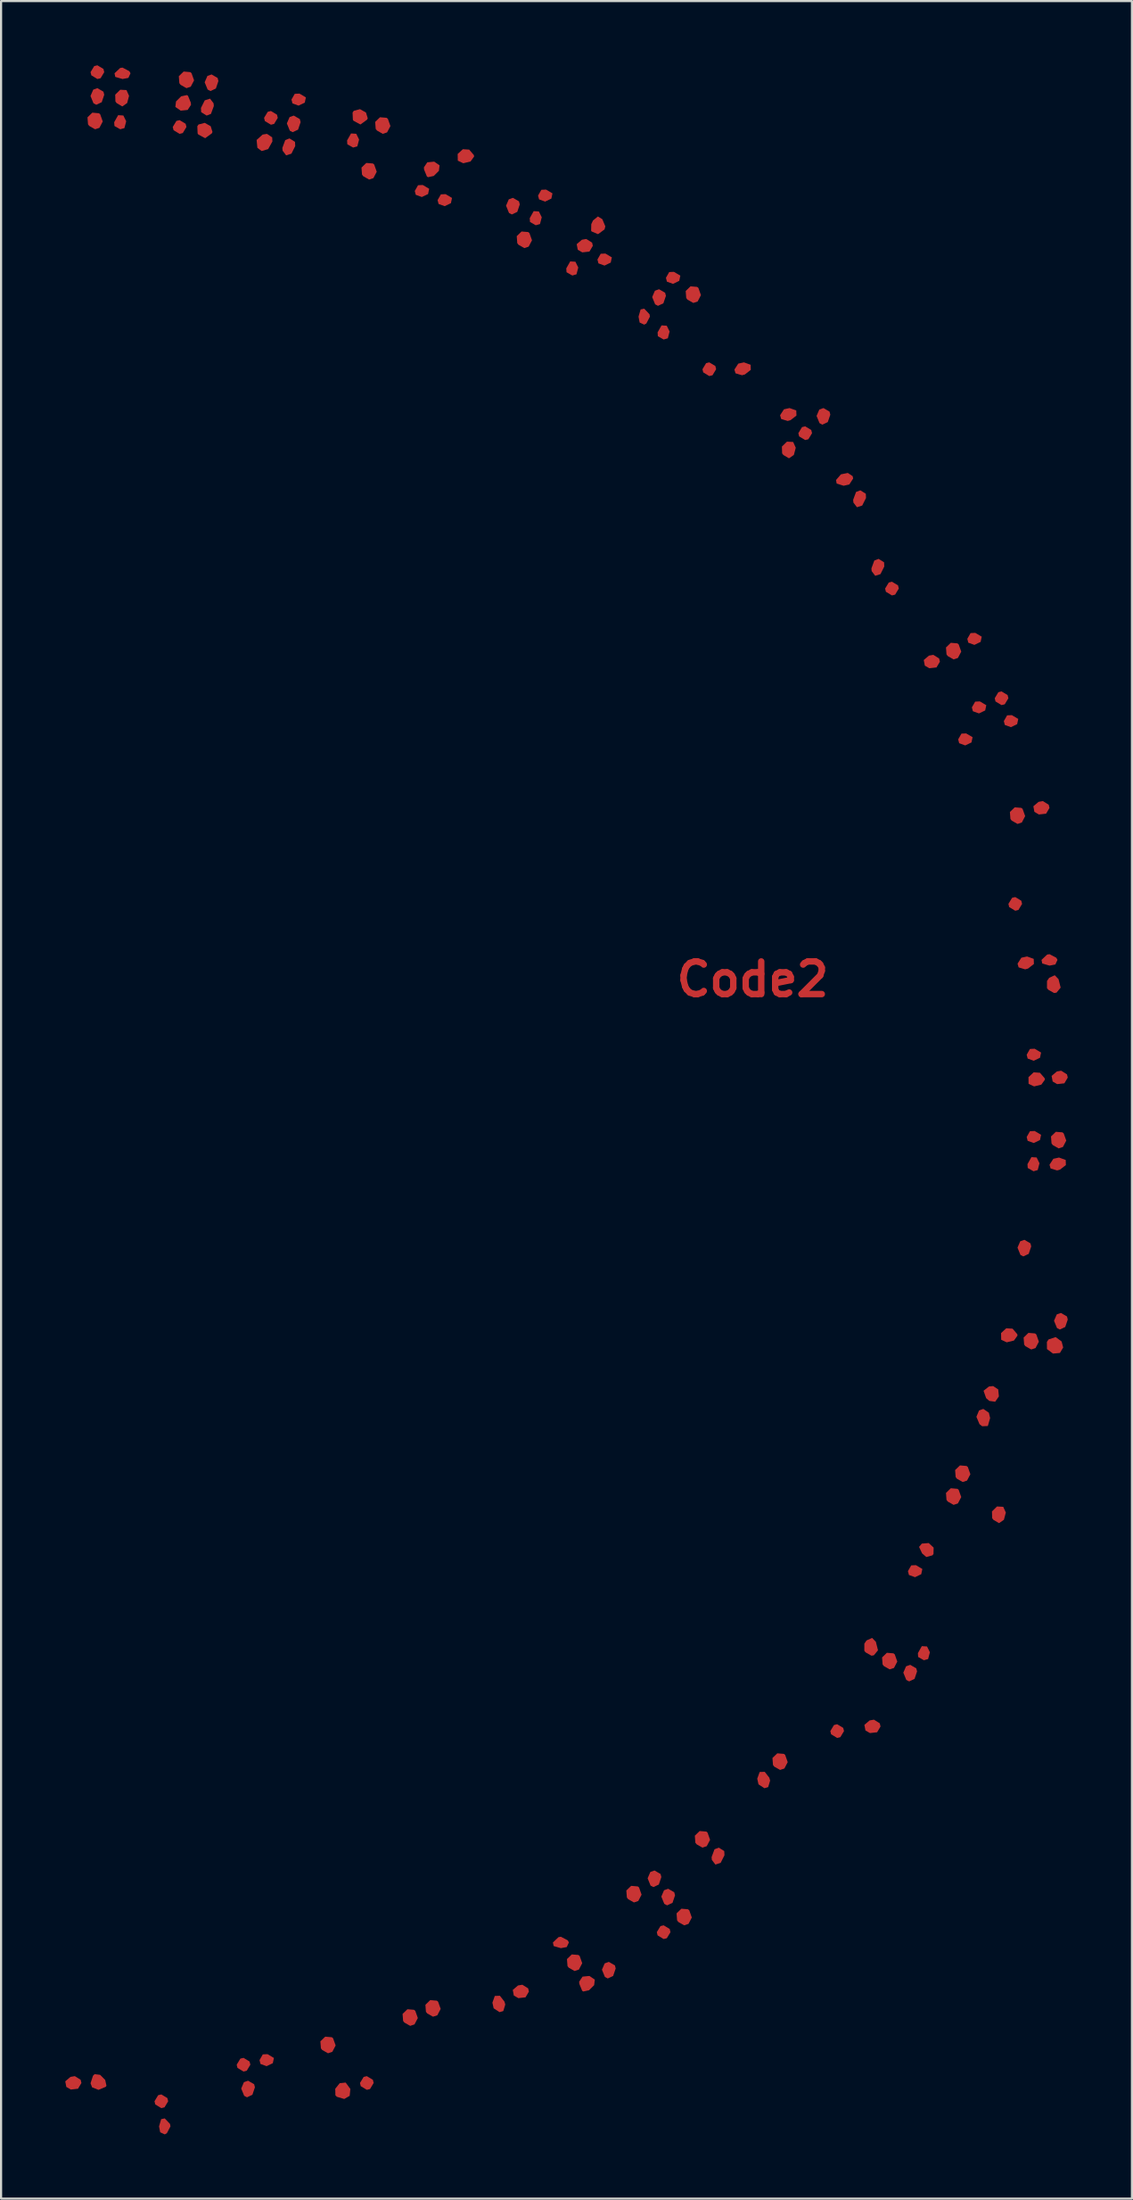
<source format=kicad_pcb>
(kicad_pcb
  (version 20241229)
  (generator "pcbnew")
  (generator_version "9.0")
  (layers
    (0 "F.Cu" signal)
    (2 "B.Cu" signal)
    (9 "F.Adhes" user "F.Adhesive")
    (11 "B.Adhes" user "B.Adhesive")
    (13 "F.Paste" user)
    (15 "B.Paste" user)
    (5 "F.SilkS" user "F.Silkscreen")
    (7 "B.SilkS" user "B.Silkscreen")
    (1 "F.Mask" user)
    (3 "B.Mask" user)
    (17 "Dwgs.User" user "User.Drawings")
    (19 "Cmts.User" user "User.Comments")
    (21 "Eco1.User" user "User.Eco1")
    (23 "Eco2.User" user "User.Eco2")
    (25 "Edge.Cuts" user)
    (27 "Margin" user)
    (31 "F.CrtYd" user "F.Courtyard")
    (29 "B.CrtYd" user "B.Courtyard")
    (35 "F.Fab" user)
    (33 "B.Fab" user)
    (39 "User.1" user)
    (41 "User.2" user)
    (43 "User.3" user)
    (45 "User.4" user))
  (footprint "Code2"
    (layer "F.Cu")
    (at 32.132 42.689)
    (property "Reference" "Code2" (at 0 0 0) (layer "F.Cu") (effects (font (size 1.524 1.524) (thickness 0.3))))
    (attr board_only exclude_from_pos_files exclude_from_bom)
    (fp_poly (pts (xy -29.416 -40.345) (xy -29.283 -40.074) (xy -29.366 -39.757) (xy -29.562 -39.701) (xy -29.832 -39.854) (xy -29.845 -40.032) (xy -29.66 -40.36)) (stroke (width 0) (type solid)) (fill yes) (layer "F.Cu"))
    (fp_poly (pts (xy -22.378 50.378) (xy -22.43 50.623) (xy -22.721 50.762) (xy -23.005 50.659) (xy -23.052 50.48) (xy -22.899 50.211) (xy -22.679 50.2)) (stroke (width 0) (type solid)) (fill yes) (layer "F.Cu"))
    (fp_poly (pts (xy -20.884 -41.19) (xy -20.936 -40.945) (xy -21.227 -40.806) (xy -21.511 -40.909) (xy -21.558 -41.088) (xy -21.405 -41.357) (xy -21.184 -41.368)) (stroke (width 0) (type solid)) (fill yes) (layer "F.Cu"))
    (fp_poly (pts (xy -18.53 -39.491) (xy -18.397 -39.221) (xy -18.48 -38.903) (xy -18.676 -38.847) (xy -18.947 -39) (xy -18.959 -39.179) (xy -18.774 -39.506)) (stroke (width 0) (type solid)) (fill yes) (layer "F.Cu"))
    (fp_poly (pts (xy -15.121 -36.921) (xy -15.173 -36.676) (xy -15.464 -36.537) (xy -15.748 -36.64) (xy -15.795 -36.819) (xy -15.642 -37.088) (xy -15.421 -37.099)) (stroke (width 0) (type solid)) (fill yes) (layer "F.Cu"))
    (fp_poly (pts (xy -14.054 -36.494) (xy -14.105 -36.25) (xy -14.396 -36.11) (xy -14.681 -36.213) (xy -14.728 -36.392) (xy -14.574 -36.662) (xy -14.354 -36.672)) (stroke (width 0) (type solid)) (fill yes) (layer "F.Cu"))
    (fp_poly (pts (xy -9.993 -35.862) (xy -9.859 -35.592) (xy -9.942 -35.275) (xy -10.139 -35.218) (xy -10.409 -35.372) (xy -10.421 -35.55) (xy -10.236 -35.878)) (stroke (width 0) (type solid)) (fill yes) (layer "F.Cu"))
    (fp_poly (pts (xy -9.358 -36.708) (xy -9.41 -36.463) (xy -9.7 -36.323) (xy -9.985 -36.427) (xy -10.032 -36.606) (xy -9.878 -36.875) (xy -9.658 -36.885)) (stroke (width 0) (type solid)) (fill yes) (layer "F.Cu"))
    (fp_poly (pts (xy -8.285 -33.515) (xy -8.152 -33.244) (xy -8.235 -32.927) (xy -8.431 -32.871) (xy -8.701 -33.024) (xy -8.714 -33.202) (xy -8.529 -33.53)) (stroke (width 0) (type solid)) (fill yes) (layer "F.Cu"))
    (fp_poly (pts (xy -6.583 -33.719) (xy -6.635 -33.475) (xy -6.926 -33.335) (xy -7.21 -33.438) (xy -7.257 -33.618) (xy -7.104 -33.887) (xy -6.884 -33.897)) (stroke (width 0) (type solid)) (fill yes) (layer "F.Cu"))
    (fp_poly (pts (xy -4.016 -30.526) (xy -3.883 -30.256) (xy -3.966 -29.938) (xy -4.162 -29.882) (xy -4.432 -30.036) (xy -4.445 -30.214) (xy -4.26 -30.542)) (stroke (width 0) (type solid)) (fill yes) (layer "F.Cu"))
    (fp_poly (pts (xy -3.381 -32.865) (xy -3.433 -32.621) (xy -3.724 -32.481) (xy -4.009 -32.585) (xy -4.055 -32.764) (xy -3.902 -33.033) (xy -3.682 -33.043)) (stroke (width 0) (type solid)) (fill yes) (layer "F.Cu"))
    (fp_poly (pts (xy 7.931 27.54) (xy 7.879 27.784) (xy 7.589 27.924) (xy 7.304 27.821) (xy 7.257 27.641) (xy 7.411 27.372) (xy 7.631 27.362)) (stroke (width 0) (type solid)) (fill yes) (layer "F.Cu"))
    (fp_poly (pts (xy 8.15 31.159) (xy 8.284 31.43) (xy 8.2 31.747) (xy 8.004 31.803) (xy 7.734 31.65) (xy 7.722 31.472) (xy 7.906 31.144)) (stroke (width 0) (type solid)) (fill yes) (layer "F.Cu"))
    (fp_poly (pts (xy 10.279 -11.308) (xy 10.227 -11.063) (xy 9.936 -10.923) (xy 9.652 -11.027) (xy 9.605 -11.206) (xy 9.758 -11.475) (xy 9.979 -11.485)) (stroke (width 0) (type solid)) (fill yes) (layer "F.Cu"))
    (fp_poly (pts (xy 10.706 -16.003) (xy 10.654 -15.759) (xy 10.363 -15.619) (xy 10.079 -15.722) (xy 10.032 -15.902) (xy 10.185 -16.171) (xy 10.405 -16.181)) (stroke (width 0) (type solid)) (fill yes) (layer "F.Cu"))
    (fp_poly (pts (xy 10.92 -12.802) (xy 10.868 -12.557) (xy 10.577 -12.418) (xy 10.292 -12.521) (xy 10.245 -12.7) (xy 10.399 -12.969) (xy 10.619 -12.98)) (stroke (width 0) (type solid)) (fill yes) (layer "F.Cu"))
    (fp_poly (pts (xy 12.414 -12.161) (xy 12.362 -11.917) (xy 12.071 -11.777) (xy 11.786 -11.88) (xy 11.739 -12.06) (xy 11.893 -12.329) (xy 12.113 -12.339)) (stroke (width 0) (type solid)) (fill yes) (layer "F.Cu"))
    (fp_poly (pts (xy 13.273 8.321) (xy 13.406 8.591) (xy 13.323 8.909) (xy 13.127 8.965) (xy 12.857 8.812) (xy 12.844 8.633) (xy 13.029 8.305)) (stroke (width 0) (type solid)) (fill yes) (layer "F.Cu"))
    (fp_poly (pts (xy 13.481 3.42) (xy 13.429 3.665) (xy 13.138 3.804) (xy 12.853 3.701) (xy 12.807 3.522) (xy 12.96 3.253) (xy 13.18 3.242)) (stroke (width 0) (type solid)) (fill yes) (layer "F.Cu"))
    (fp_poly (pts (xy 13.481 7.262) (xy 13.429 7.507) (xy 13.138 7.646) (xy 12.853 7.543) (xy 12.807 7.364) (xy 12.96 7.095) (xy 13.18 7.084)) (stroke (width 0) (type solid)) (fill yes) (layer "F.Cu"))
    (fp_poly (pts (xy -31.412 51.398) (xy -31.376 51.547) (xy -31.536 51.816) (xy -31.872 51.853) (xy -32.082 51.731) (xy -32.132 51.47) (xy -31.888 51.262) (xy -31.684 51.227)) (stroke (width 0) (type solid)) (fill yes) (layer "F.Cu"))
    (fp_poly (pts (xy -30.346 -42.518) (xy -30.309 -42.369) (xy -30.48 -42.086) (xy -30.629 -42.049) (xy -30.912 -42.22) (xy -30.95 -42.369) (xy -30.779 -42.652) (xy -30.629 -42.689)) (stroke (width 0) (type solid)) (fill yes) (layer "F.Cu"))
    (fp_poly (pts (xy -30.346 -41.457) (xy -30.309 -41.314) (xy -30.427 -40.965) (xy -30.68 -40.846) (xy -30.813 -40.916) (xy -30.952 -41.256) (xy -30.824 -41.552) (xy -30.629 -41.622)) (stroke (width 0) (type solid)) (fill yes) (layer "F.Cu"))
    (fp_poly (pts (xy -29.27 -41.532) (xy -29.149 -41.263) (xy -29.238 -40.926) (xy -29.466 -40.768) (xy -29.729 -40.923) (xy -29.787 -41) (xy -29.797 -41.318) (xy -29.561 -41.548)) (stroke (width 0) (type solid)) (fill yes) (layer "F.Cu"))
    (fp_poly (pts (xy -29.135 -42.414) (xy -29.082 -42.316) (xy -29.181 -42.101) (xy -29.455 -42.049) (xy -29.794 -42.147) (xy -29.829 -42.316) (xy -29.567 -42.563) (xy -29.455 -42.582)) (stroke (width 0) (type solid)) (fill yes) (layer "F.Cu"))
    (fp_poly (pts (xy -27.358 52.252) (xy -27.321 52.401) (xy -27.492 52.684) (xy -27.641 52.721) (xy -27.924 52.55) (xy -27.961 52.401) (xy -27.79 52.118) (xy -27.641 52.081)) (stroke (width 0) (type solid)) (fill yes) (layer "F.Cu"))
    (fp_poly (pts (xy -27.233 53.463) (xy -27.214 53.575) (xy -27.383 53.895) (xy -27.481 53.948) (xy -27.695 53.849) (xy -27.748 53.575) (xy -27.65 53.236) (xy -27.481 53.201)) (stroke (width 0) (type solid)) (fill yes) (layer "F.Cu"))
    (fp_poly (pts (xy -26.504 -39.957) (xy -26.467 -39.808) (xy -26.638 -39.525) (xy -26.787 -39.487) (xy -27.07 -39.658) (xy -27.108 -39.808) (xy -26.937 -40.091) (xy -26.787 -40.128)) (stroke (width 0) (type solid)) (fill yes) (layer "F.Cu"))
    (fp_poly (pts (xy -25.198 -40.914) (xy -25.187 -40.786) (xy -25.322 -40.419) (xy -25.522 -40.341) (xy -25.779 -40.501) (xy -25.789 -40.697) (xy -25.611 -41.053) (xy -25.364 -41.132)) (stroke (width 0) (type solid)) (fill yes) (layer "F.Cu"))
    (fp_poly (pts (xy -25.01 -42.098) (xy -24.973 -41.955) (xy -25.091 -41.605) (xy -25.343 -41.486) (xy -25.477 -41.557) (xy -25.616 -41.896) (xy -25.488 -42.192) (xy -25.293 -42.262)) (stroke (width 0) (type solid)) (fill yes) (layer "F.Cu"))
    (fp_poly (pts (xy -23.516 50.544) (xy -23.479 50.693) (xy -23.65 50.976) (xy -23.799 51.013) (xy -24.082 50.843) (xy -24.119 50.693) (xy -23.948 50.41) (xy -23.799 50.373)) (stroke (width 0) (type solid)) (fill yes) (layer "F.Cu"))
    (fp_poly (pts (xy -23.303 51.605) (xy -23.266 51.748) (xy -23.384 52.097) (xy -23.636 52.216) (xy -23.769 52.146) (xy -23.908 51.807) (xy -23.781 51.51) (xy -23.586 51.44)) (stroke (width 0) (type solid)) (fill yes) (layer "F.Cu"))
    (fp_poly (pts (xy -22.459 -39.324) (xy -22.449 -39.132) (xy -22.647 -38.776) (xy -22.95 -38.684) (xy -23.152 -38.836) (xy -23.187 -39.202) (xy -22.907 -39.454) (xy -22.704 -39.487)) (stroke (width 0) (type solid)) (fill yes) (layer "F.Cu"))
    (fp_poly (pts (xy -22.236 -40.384) (xy -22.198 -40.234) (xy -22.369 -39.951) (xy -22.518 -39.914) (xy -22.801 -40.085) (xy -22.839 -40.234) (xy -22.668 -40.517) (xy -22.518 -40.555)) (stroke (width 0) (type solid)) (fill yes) (layer "F.Cu"))
    (fp_poly (pts (xy -21.393 -39.114) (xy -21.382 -38.918) (xy -21.56 -38.562) (xy -21.807 -38.483) (xy -21.973 -38.702) (xy -21.985 -38.829) (xy -21.849 -39.196) (xy -21.649 -39.274)) (stroke (width 0) (type solid)) (fill yes) (layer "F.Cu"))
    (fp_poly (pts (xy -21.168 -40.177) (xy -21.131 -40.034) (xy -21.249 -39.684) (xy -21.501 -39.565) (xy -21.635 -39.635) (xy -21.774 -39.975) (xy -21.646 -40.271) (xy -21.451 -40.341)) (stroke (width 0) (type solid)) (fill yes) (layer "F.Cu"))
    (fp_poly (pts (xy -17.753 51.398) (xy -17.716 51.547) (xy -17.887 51.83) (xy -18.036 51.867) (xy -18.319 51.696) (xy -18.356 51.547) (xy -18.185 51.264) (xy -18.036 51.227)) (stroke (width 0) (type solid)) (fill yes) (layer "F.Cu"))
    (fp_poly (pts (xy -13.252 -38.752) (xy -13.033 -38.498) (xy -13.02 -38.43) (xy -13.188 -38.197) (xy -13.527 -38.114) (xy -13.784 -38.235) (xy -13.79 -38.547) (xy -13.548 -38.771)) (stroke (width 0) (type solid)) (fill yes) (layer "F.Cu"))
    (fp_poly (pts (xy -11.601 47.748) (xy -11.564 47.883) (xy -11.656 48.187) (xy -11.831 48.239) (xy -12.108 48.059) (xy -12.166 47.794) (xy -12.054 47.481) (xy -11.816 47.473)) (stroke (width 0) (type solid)) (fill yes) (layer "F.Cu"))
    (fp_poly (pts (xy -10.923 -36.335) (xy -10.886 -36.192) (xy -11.004 -35.842) (xy -11.256 -35.723) (xy -11.39 -35.793) (xy -11.528 -36.133) (xy -11.401 -36.429) (xy -11.206 -36.499)) (stroke (width 0) (type solid)) (fill yes) (layer "F.Cu"))
    (fp_poly (pts (xy -10.494 47.129) (xy -10.459 47.278) (xy -10.618 47.547) (xy -10.955 47.584) (xy -11.165 47.462) (xy -11.214 47.201) (xy -10.97 46.993) (xy -10.766 46.958)) (stroke (width 0) (type solid)) (fill yes) (layer "F.Cu"))
    (fp_poly (pts (xy -8.644 44.885) (xy -8.591 44.984) (xy -8.69 45.198) (xy -8.965 45.25) (xy -9.303 45.152) (xy -9.338 44.984) (xy -9.076 44.736) (xy -8.965 44.717)) (stroke (width 0) (type solid)) (fill yes) (layer "F.Cu"))
    (fp_poly (pts (xy -7.506 -34.407) (xy -7.471 -34.258) (xy -7.63 -33.989) (xy -7.966 -33.952) (xy -8.176 -34.074) (xy -8.226 -34.335) (xy -7.982 -34.543) (xy -7.778 -34.578)) (stroke (width 0) (type solid)) (fill yes) (layer "F.Cu"))
    (fp_poly (pts (xy -6.44 46.055) (xy -6.403 46.198) (xy -6.522 46.548) (xy -6.774 46.666) (xy -6.907 46.596) (xy -7.046 46.257) (xy -6.918 45.961) (xy -6.724 45.891)) (stroke (width 0) (type solid)) (fill yes) (layer "F.Cu"))
    (fp_poly (pts (xy -4.821 -31.061) (xy -4.803 -30.95) (xy -4.971 -30.629) (xy -5.069 -30.576) (xy -5.284 -30.675) (xy -5.336 -30.95) (xy -5.238 -31.288) (xy -5.069 -31.323)) (stroke (width 0) (type solid)) (fill yes) (layer "F.Cu"))
    (fp_poly (pts (xy -4.306 41.786) (xy -4.269 41.929) (xy -4.387 42.279) (xy -4.639 42.398) (xy -4.773 42.328) (xy -4.911 41.988) (xy -4.784 41.692) (xy -4.589 41.622)) (stroke (width 0) (type solid)) (fill yes) (layer "F.Cu"))
    (fp_poly (pts (xy -4.093 -32.066) (xy -4.055 -31.923) (xy -4.174 -31.573) (xy -4.426 -31.455) (xy -4.559 -31.525) (xy -4.698 -31.864) (xy -4.57 -32.161) (xy -4.376 -32.23)) (stroke (width 0) (type solid)) (fill yes) (layer "F.Cu"))
    (fp_poly (pts (xy -3.879 44.354) (xy -3.842 44.503) (xy -4.013 44.786) (xy -4.162 44.824) (xy -4.445 44.653) (xy -4.482 44.503) (xy -4.311 44.22) (xy -4.162 44.183)) (stroke (width 0) (type solid)) (fill yes) (layer "F.Cu"))
    (fp_poly (pts (xy -3.666 42.64) (xy -3.629 42.783) (xy -3.747 43.133) (xy -3.999 43.251) (xy -4.132 43.181) (xy -4.271 42.842) (xy -4.144 42.545) (xy -3.949 42.476)) (stroke (width 0) (type solid)) (fill yes) (layer "F.Cu"))
    (fp_poly (pts (xy -1.745 -28.644) (xy -1.708 -28.495) (xy -1.878 -28.212) (xy -2.028 -28.175) (xy -2.311 -28.346) (xy -2.348 -28.495) (xy -2.177 -28.778) (xy -2.028 -28.815)) (stroke (width 0) (type solid)) (fill yes) (layer "F.Cu"))
    (fp_poly (pts (xy -1.329 40.715) (xy -1.318 40.91) (xy -1.497 41.266) (xy -1.743 41.346) (xy -1.909 41.127) (xy -1.921 40.999) (xy -1.785 40.632) (xy -1.585 40.555)) (stroke (width 0) (type solid)) (fill yes) (layer "F.Cu"))
    (fp_poly (pts (xy -0.096 -28.703) (xy -0.088 -28.465) (xy -0.363 -28.25) (xy -0.498 -28.213) (xy -0.803 -28.304) (xy -0.854 -28.479) (xy -0.674 -28.756) (xy -0.409 -28.815)) (stroke (width 0) (type solid)) (fill yes) (layer "F.Cu"))
    (fp_poly (pts (xy 0.778 37.289) (xy 0.816 37.424) (xy 0.724 37.729) (xy 0.549 37.78) (xy 0.272 37.6) (xy 0.213 37.335) (xy 0.326 37.022) (xy 0.564 37.014)) (stroke (width 0) (type solid)) (fill yes) (layer "F.Cu"))
    (fp_poly (pts (xy 1.893 -25.097) (xy 2.014 -24.828) (xy 1.925 -24.491) (xy 1.697 -24.333) (xy 1.434 -24.488) (xy 1.376 -24.565) (xy 1.366 -24.882) (xy 1.602 -25.112)) (stroke (width 0) (type solid)) (fill yes) (layer "F.Cu"))
    (fp_poly (pts (xy 2.038 -26.568) (xy 2.046 -26.33) (xy 1.771 -26.116) (xy 1.637 -26.078) (xy 1.332 -26.17) (xy 1.281 -26.345) (xy 1.46 -26.622) (xy 1.725 -26.681)) (stroke (width 0) (type solid)) (fill yes) (layer "F.Cu"))
    (fp_poly (pts (xy 2.738 -25.656) (xy 2.775 -25.507) (xy 2.604 -25.224) (xy 2.455 -25.187) (xy 2.172 -25.357) (xy 2.134 -25.507) (xy 2.305 -25.79) (xy 2.455 -25.827)) (stroke (width 0) (type solid)) (fill yes) (layer "F.Cu"))
    (fp_poly (pts (xy 3.592 -26.516) (xy 3.629 -26.373) (xy 3.51 -26.024) (xy 3.258 -25.905) (xy 3.125 -25.975) (xy 2.986 -26.314) (xy 3.114 -26.611) (xy 3.308 -26.681)) (stroke (width 0) (type solid)) (fill yes) (layer "F.Cu"))
    (fp_poly (pts (xy 4.232 34.962) (xy 4.269 35.112) (xy 4.098 35.395) (xy 3.949 35.432) (xy 3.666 35.261) (xy 3.629 35.112) (xy 3.799 34.829) (xy 3.949 34.792)) (stroke (width 0) (type solid)) (fill yes) (layer "F.Cu"))
    (fp_poly (pts (xy 4.674 -23.499) (xy 4.696 -23.388) (xy 4.516 -23.111) (xy 4.251 -23.052) (xy 3.926 -23.154) (xy 3.895 -23.319) (xy 4.125 -23.585) (xy 4.448 -23.65)) (stroke (width 0) (type solid)) (fill yes) (layer "F.Cu"))
    (fp_poly (pts (xy 5.288 -22.679) (xy 5.298 -22.483) (xy 5.12 -22.127) (xy 4.874 -22.048) (xy 4.708 -22.266) (xy 4.696 -22.394) (xy 4.831 -22.761) (xy 5.032 -22.839)) (stroke (width 0) (type solid)) (fill yes) (layer "F.Cu"))
    (fp_poly (pts (xy 5.941 34.749) (xy 5.976 34.898) (xy 5.817 35.167) (xy 5.481 35.204) (xy 5.271 35.082) (xy 5.221 34.821) (xy 5.465 34.614) (xy 5.669 34.578)) (stroke (width 0) (type solid)) (fill yes) (layer "F.Cu"))
    (fp_poly (pts (xy 6.142 -19.477) (xy 6.152 -19.281) (xy 5.974 -18.925) (xy 5.727 -18.846) (xy 5.561 -19.065) (xy 5.55 -19.192) (xy 5.685 -19.559) (xy 5.885 -19.637)) (stroke (width 0) (type solid)) (fill yes) (layer "F.Cu"))
    (fp_poly (pts (xy 6.793 -18.399) (xy 6.83 -18.25) (xy 6.659 -17.967) (xy 6.51 -17.929) (xy 6.227 -18.1) (xy 6.19 -18.25) (xy 6.361 -18.533) (xy 6.51 -18.57)) (stroke (width 0) (type solid)) (fill yes) (layer "F.Cu"))
    (fp_poly (pts (xy 7.647 32.181) (xy 7.684 32.324) (xy 7.566 32.674) (xy 7.314 32.792) (xy 7.18 32.722) (xy 7.041 32.383) (xy 7.169 32.087) (xy 7.364 32.017)) (stroke (width 0) (type solid)) (fill yes) (layer "F.Cu"))
    (fp_poly (pts (xy 8.459 26.543) (xy 8.451 26.84) (xy 8.401 26.903) (xy 8.117 26.982) (xy 7.921 26.815) (xy 7.777 26.51) (xy 7.906 26.355) (xy 8.229 26.329)) (stroke (width 0) (type solid)) (fill yes) (layer "F.Cu"))
    (fp_poly (pts (xy 8.716 -14.983) (xy 8.751 -14.834) (xy 8.592 -14.566) (xy 8.256 -14.529) (xy 8.046 -14.651) (xy 7.996 -14.912) (xy 8.24 -15.119) (xy 8.444 -15.155)) (stroke (width 0) (type solid)) (fill yes) (layer "F.Cu"))
    (fp_poly (pts (xy 11.04 20.242) (xy 11.099 20.491) (xy 10.992 20.863) (xy 10.727 20.875) (xy 10.601 20.775) (xy 10.457 20.433) (xy 10.581 20.136) (xy 10.779 20.064)) (stroke (width 0) (type solid)) (fill yes) (layer "F.Cu"))
    (fp_poly (pts (xy 11.477 19.154) (xy 11.509 19.478) (xy 11.337 19.729) (xy 11.061 19.691) (xy 10.912 19.562) (xy 10.791 19.217) (xy 11.044 19.017) (xy 11.241 18.997)) (stroke (width 0) (type solid)) (fill yes) (layer "F.Cu"))
    (fp_poly (pts (xy 11.712 24.636) (xy 11.833 24.905) (xy 11.743 25.242) (xy 11.516 25.4) (xy 11.252 25.245) (xy 11.194 25.168) (xy 11.185 24.851) (xy 11.42 24.621)) (stroke (width 0) (type solid)) (fill yes) (layer "F.Cu"))
    (fp_poly (pts (xy 11.916 -13.276) (xy 11.953 -13.127) (xy 11.782 -12.844) (xy 11.633 -12.807) (xy 11.35 -12.978) (xy 11.313 -13.127) (xy 11.483 -13.41) (xy 11.633 -13.447)) (stroke (width 0) (type solid)) (fill yes) (layer "F.Cu"))
    (fp_poly (pts (xy 12.148 16.317) (xy 12.367 16.571) (xy 12.38 16.639) (xy 12.212 16.872) (xy 11.873 16.955) (xy 11.616 16.834) (xy 11.61 16.522) (xy 11.852 16.298)) (stroke (width 0) (type solid)) (fill yes) (layer "F.Cu"))
    (fp_poly (pts (xy 12.556 -3.671) (xy 12.593 -3.522) (xy 12.422 -3.239) (xy 12.273 -3.202) (xy 11.99 -3.373) (xy 11.953 -3.522) (xy 12.124 -3.805) (xy 12.273 -3.842)) (stroke (width 0) (type solid)) (fill yes) (layer "F.Cu"))
    (fp_poly (pts (xy 12.983 12.331) (xy 13.02 12.474) (xy 12.902 12.823) (xy 12.65 12.942) (xy 12.516 12.872) (xy 12.378 12.533) (xy 12.505 12.236) (xy 12.7 12.166)) (stroke (width 0) (type solid)) (fill yes) (layer "F.Cu"))
    (fp_poly (pts (xy 13.137 -0.955) (xy 13.146 -0.717) (xy 12.871 -0.502) (xy 12.736 -0.465) (xy 12.431 -0.557) (xy 12.38 -0.731) (xy 12.559 -1.009) (xy 12.825 -1.067)) (stroke (width 0) (type solid)) (fill yes) (layer "F.Cu"))
    (fp_poly (pts (xy 13.428 4.364) (xy 13.647 4.618) (xy 13.661 4.686) (xy 13.493 4.919) (xy 13.154 5.002) (xy 12.896 4.881) (xy 12.891 4.569) (xy 13.133 4.345)) (stroke (width 0) (type solid)) (fill yes) (layer "F.Cu"))
    (fp_poly (pts (xy 13.838 -8.153) (xy 13.874 -8.004) (xy 13.715 -7.736) (xy 13.378 -7.698) (xy 13.168 -7.821) (xy 13.119 -8.082) (xy 13.363 -8.289) (xy 13.566 -8.324)) (stroke (width 0) (type solid)) (fill yes) (layer "F.Cu"))
    (fp_poly (pts (xy 14.194 -1.006) (xy 14.247 -0.907) (xy 14.148 -0.693) (xy 13.874 -0.64) (xy 13.535 -0.739) (xy 13.5 -0.907) (xy 13.763 -1.155) (xy 13.874 -1.174)) (stroke (width 0) (type solid)) (fill yes) (layer "F.Cu"))
    (fp_poly (pts (xy 14.441 16.915) (xy 14.514 17.195) (xy 14.362 17.451) (xy 14.039 17.48) (xy 13.756 17.27) (xy 13.752 16.935) (xy 13.831 16.819) (xy 14.162 16.709)) (stroke (width 0) (type solid)) (fill yes) (layer "F.Cu"))
    (fp_poly (pts (xy 14.632 8.437) (xy 14.64 8.675) (xy 14.365 8.889) (xy 14.23 8.927) (xy 13.925 8.835) (xy 13.874 8.66) (xy 14.053 8.383) (xy 14.319 8.324)) (stroke (width 0) (type solid)) (fill yes) (layer "F.Cu"))
    (fp_poly (pts (xy 14.691 15.746) (xy 14.728 15.889) (xy 14.61 16.238) (xy 14.357 16.357) (xy 14.224 16.287) (xy 14.085 15.948) (xy 14.213 15.651) (xy 14.408 15.582)) (stroke (width 0) (type solid)) (fill yes) (layer "F.Cu"))
    (fp_poly (pts (xy 14.692 4.44) (xy 14.728 4.589) (xy 14.569 4.858) (xy 14.232 4.895) (xy 14.022 4.773) (xy 13.972 4.512) (xy 14.217 4.304) (xy 14.42 4.269)) (stroke (width 0) (type solid)) (fill yes) (layer "F.Cu"))
    (fp_poly (pts (xy -30.557 -40.45) (xy -30.499 -40.402) (xy -30.379 -40.066) (xy -30.535 -39.768) (xy -30.736 -39.701) (xy -31.01 -39.856) (xy -31.068 -39.933) (xy -31.093 -40.258) (xy -30.867 -40.477)) (stroke (width 0) (type solid)) (fill yes) (layer "F.Cu"))
    (fp_poly (pts (xy -30.502 51.166) (xy -30.265 51.405) (xy -30.206 51.674) (xy -30.24 51.727) (xy -30.578 51.868) (xy -30.877 51.751) (xy -30.95 51.56) (xy -30.835 51.207) (xy -30.76 51.135)) (stroke (width 0) (type solid)) (fill yes) (layer "F.Cu"))
    (fp_poly (pts (xy -26.394 -41.264) (xy -26.262 -40.943) (xy -26.254 -40.839) (xy -26.411 -40.604) (xy -26.735 -40.571) (xy -26.986 -40.744) (xy -26.955 -41.002) (xy -26.716 -41.24) (xy -26.447 -41.298)) (stroke (width 0) (type solid)) (fill yes) (layer "F.Cu"))
    (fp_poly (pts (xy -26.288 -42.371) (xy -26.23 -42.323) (xy -26.11 -41.987) (xy -26.266 -41.689) (xy -26.467 -41.622) (xy -26.741 -41.777) (xy -26.799 -41.854) (xy -26.824 -42.179) (xy -26.598 -42.398)) (stroke (width 0) (type solid)) (fill yes) (layer "F.Cu"))
    (fp_poly (pts (xy -25.333 -39.844) (xy -25.25 -39.576) (xy -25.279 -39.511) (xy -25.592 -39.284) (xy -25.912 -39.457) (xy -25.945 -39.506) (xy -25.959 -39.842) (xy -25.903 -39.924) (xy -25.612 -40.001)) (stroke (width 0) (type solid)) (fill yes) (layer "F.Cu"))
    (fp_poly (pts (xy -19.671 49.41) (xy -19.613 49.458) (xy -19.493 49.795) (xy -19.649 50.092) (xy -19.85 50.16) (xy -20.124 50.004) (xy -20.182 49.928) (xy -20.207 49.602) (xy -19.981 49.384)) (stroke (width 0) (type solid)) (fill yes) (layer "F.Cu"))
    (fp_poly (pts (xy -19.021 51.532) (xy -18.805 51.826) (xy -18.837 52.147) (xy -19.091 52.294) (xy -19.436 52.192) (xy -19.504 52.124) (xy -19.512 51.817) (xy -19.304 51.557) (xy -19.028 51.528)) (stroke (width 0) (type solid)) (fill yes) (layer "F.Cu"))
    (fp_poly (pts (xy -18.076 -40.484) (xy -17.993 -40.216) (xy -18.021 -40.152) (xy -18.334 -39.925) (xy -18.655 -40.097) (xy -18.688 -40.146) (xy -18.702 -40.483) (xy -18.645 -40.564) (xy -18.355 -40.641)) (stroke (width 0) (type solid)) (fill yes) (layer "F.Cu"))
    (fp_poly (pts (xy -17.75 -38.103) (xy -17.692 -38.055) (xy -17.572 -37.718) (xy -17.728 -37.42) (xy -17.929 -37.353) (xy -18.203 -37.508) (xy -18.261 -37.585) (xy -18.286 -37.911) (xy -18.06 -38.129)) (stroke (width 0) (type solid)) (fill yes) (layer "F.Cu"))
    (fp_poly (pts (xy -17.11 -40.237) (xy -17.052 -40.189) (xy -16.932 -39.852) (xy -17.088 -39.555) (xy -17.289 -39.487) (xy -17.563 -39.643) (xy -17.621 -39.719) (xy -17.646 -40.045) (xy -17.42 -40.263)) (stroke (width 0) (type solid)) (fill yes) (layer "F.Cu"))
    (fp_poly (pts (xy -15.829 48.129) (xy -15.771 48.177) (xy -15.651 48.514) (xy -15.807 48.811) (xy -16.008 48.879) (xy -16.282 48.724) (xy -16.34 48.647) (xy -16.365 48.321) (xy -16.139 48.103)) (stroke (width 0) (type solid)) (fill yes) (layer "F.Cu"))
    (fp_poly (pts (xy -14.762 47.703) (xy -14.704 47.75) (xy -14.584 48.087) (xy -14.74 48.385) (xy -14.941 48.452) (xy -15.215 48.297) (xy -15.273 48.22) (xy -15.298 47.895) (xy -15.072 47.676)) (stroke (width 0) (type solid)) (fill yes) (layer "F.Cu"))
    (fp_poly (pts (xy -14.636 -38.017) (xy -14.667 -37.759) (xy -14.906 -37.522) (xy -15.175 -37.463) (xy -15.228 -37.497) (xy -15.36 -37.819) (xy -15.368 -37.922) (xy -15.21 -38.158) (xy -14.887 -38.19)) (stroke (width 0) (type solid)) (fill yes) (layer "F.Cu"))
    (fp_poly (pts (xy -10.493 -34.901) (xy -10.435 -34.853) (xy -10.315 -34.516) (xy -10.471 -34.219) (xy -10.672 -34.151) (xy -10.946 -34.307) (xy -11.004 -34.383) (xy -11.029 -34.709) (xy -10.803 -34.927)) (stroke (width 0) (type solid)) (fill yes) (layer "F.Cu"))
    (fp_poly (pts (xy -8.145 45.568) (xy -8.087 45.616) (xy -7.967 45.953) (xy -8.123 46.25) (xy -8.324 46.318) (xy -8.598 46.162) (xy -8.656 46.086) (xy -8.681 45.76) (xy -8.455 45.542)) (stroke (width 0) (type solid)) (fill yes) (layer "F.Cu"))
    (fp_poly (pts (xy -7.379 46.72) (xy -7.41 46.979) (xy -7.649 47.216) (xy -7.918 47.275) (xy -7.97 47.241) (xy -8.103 46.919) (xy -8.111 46.816) (xy -7.953 46.58) (xy -7.63 46.548)) (stroke (width 0) (type solid)) (fill yes) (layer "F.Cu"))
    (fp_poly (pts (xy -7.028 -35.502) (xy -6.887 -35.167) (xy -6.925 -35.024) (xy -7.228 -34.802) (xy -7.528 -34.929) (xy -7.551 -34.962) (xy -7.545 -35.268) (xy -7.465 -35.44) (xy -7.235 -35.629)) (stroke (width 0) (type solid)) (fill yes) (layer "F.Cu"))
    (fp_poly (pts (xy -5.371 42.366) (xy -5.312 42.414) (xy -5.193 42.751) (xy -5.348 43.048) (xy -5.55 43.116) (xy -5.823 42.96) (xy -5.881 42.884) (xy -5.906 42.558) (xy -5.68 42.34)) (stroke (width 0) (type solid)) (fill yes) (layer "F.Cu"))
    (fp_poly (pts (xy -3.023 43.434) (xy -2.964 43.482) (xy -2.845 43.818) (xy -3 44.116) (xy -3.202 44.183) (xy -3.475 44.028) (xy -3.533 43.951) (xy -3.558 43.626) (xy -3.332 43.407)) (stroke (width 0) (type solid)) (fill yes) (layer "F.Cu"))
    (fp_poly (pts (xy -2.596 -32.34) (xy -2.537 -32.292) (xy -2.418 -31.955) (xy -2.573 -31.657) (xy -2.775 -31.59) (xy -3.049 -31.745) (xy -3.106 -31.822) (xy -3.131 -32.147) (xy -2.906 -32.366)) (stroke (width 0) (type solid)) (fill yes) (layer "F.Cu"))
    (fp_poly (pts (xy -2.169 39.805) (xy -2.11 39.853) (xy -1.991 40.19) (xy -2.147 40.487) (xy -2.348 40.555) (xy -2.622 40.399) (xy -2.68 40.323) (xy -2.704 39.997) (xy -2.479 39.779)) (stroke (width 0) (type solid)) (fill yes) (layer "F.Cu"))
    (fp_poly (pts (xy 1.46 36.176) (xy 1.518 36.224) (xy 1.638 36.561) (xy 1.482 36.859) (xy 1.281 36.926) (xy 1.007 36.771) (xy 0.949 36.694) (xy 0.924 36.368) (xy 1.15 36.15)) (stroke (width 0) (type solid)) (fill yes) (layer "F.Cu"))
    (fp_poly (pts (xy 5.758 30.941) (xy 5.858 31.338) (xy 5.663 31.573) (xy 5.55 31.59) (xy 5.276 31.434) (xy 5.218 31.358) (xy 5.22 31.027) (xy 5.321 30.879) (xy 5.582 30.76)) (stroke (width 0) (type solid)) (fill yes) (layer "F.Cu"))
    (fp_poly (pts (xy 6.582 31.481) (xy 6.641 31.529) (xy 6.76 31.865) (xy 6.605 32.163) (xy 6.403 32.23) (xy 6.13 32.075) (xy 6.072 31.998) (xy 6.047 31.673) (xy 6.273 31.454)) (stroke (width 0) (type solid)) (fill yes) (layer "F.Cu"))
    (fp_poly (pts (xy 9.571 -15.691) (xy 9.629 -15.643) (xy 9.749 -15.306) (xy 9.593 -15.009) (xy 9.392 -14.941) (xy 9.118 -15.097) (xy 9.06 -15.173) (xy 9.035 -15.499) (xy 9.261 -15.717)) (stroke (width 0) (type solid)) (fill yes) (layer "F.Cu"))
    (fp_poly (pts (xy 9.571 23.797) (xy 9.629 23.845) (xy 9.749 24.181) (xy 9.593 24.479) (xy 9.392 24.546) (xy 9.118 24.391) (xy 9.06 24.314) (xy 9.035 23.989) (xy 9.261 23.77)) (stroke (width 0) (type solid)) (fill yes) (layer "F.Cu"))
    (fp_poly (pts (xy 9.997 22.729) (xy 10.056 22.777) (xy 10.176 23.114) (xy 10.02 23.411) (xy 9.818 23.479) (xy 9.545 23.324) (xy 9.487 23.247) (xy 9.462 22.921) (xy 9.688 22.703)) (stroke (width 0) (type solid)) (fill yes) (layer "F.Cu"))
    (fp_poly (pts (xy 12.559 -8.007) (xy 12.617 -7.959) (xy 12.737 -7.622) (xy 12.581 -7.325) (xy 12.38 -7.257) (xy 12.106 -7.413) (xy 12.048 -7.489) (xy 12.023 -7.815) (xy 12.249 -8.033)) (stroke (width 0) (type solid)) (fill yes) (layer "F.Cu"))
    (fp_poly (pts (xy 13.199 16.539) (xy 13.258 16.587) (xy 13.377 16.924) (xy 13.222 17.222) (xy 13.02 17.289) (xy 12.746 17.134) (xy 12.689 17.057) (xy 12.664 16.732) (xy 12.889 16.513)) (stroke (width 0) (type solid)) (fill yes) (layer "F.Cu"))
    (fp_poly (pts (xy 14.296 -0.008) (xy 14.396 0.388) (xy 14.201 0.624) (xy 14.087 0.64) (xy 13.814 0.485) (xy 13.756 0.408) (xy 13.758 0.078) (xy 13.859 -0.07) (xy 14.12 -0.19)) (stroke (width 0) (type solid)) (fill yes) (layer "F.Cu"))
    (fp_poly (pts (xy 14.48 7.148) (xy 14.538 7.196) (xy 14.658 7.532) (xy 14.502 7.83) (xy 14.301 7.897) (xy 14.027 7.742) (xy 13.969 7.665) (xy 13.944 7.34) (xy 14.17 7.122)) (stroke (width 0) (type solid)) (fill yes) (layer "F.Cu")))
  (gr_rect
    (start -3 -3)
    (end 49.86 99.637)
    (stroke (width 0.1) (type default))
    (fill no)
    (layer "Edge.Cuts")))
</source>
